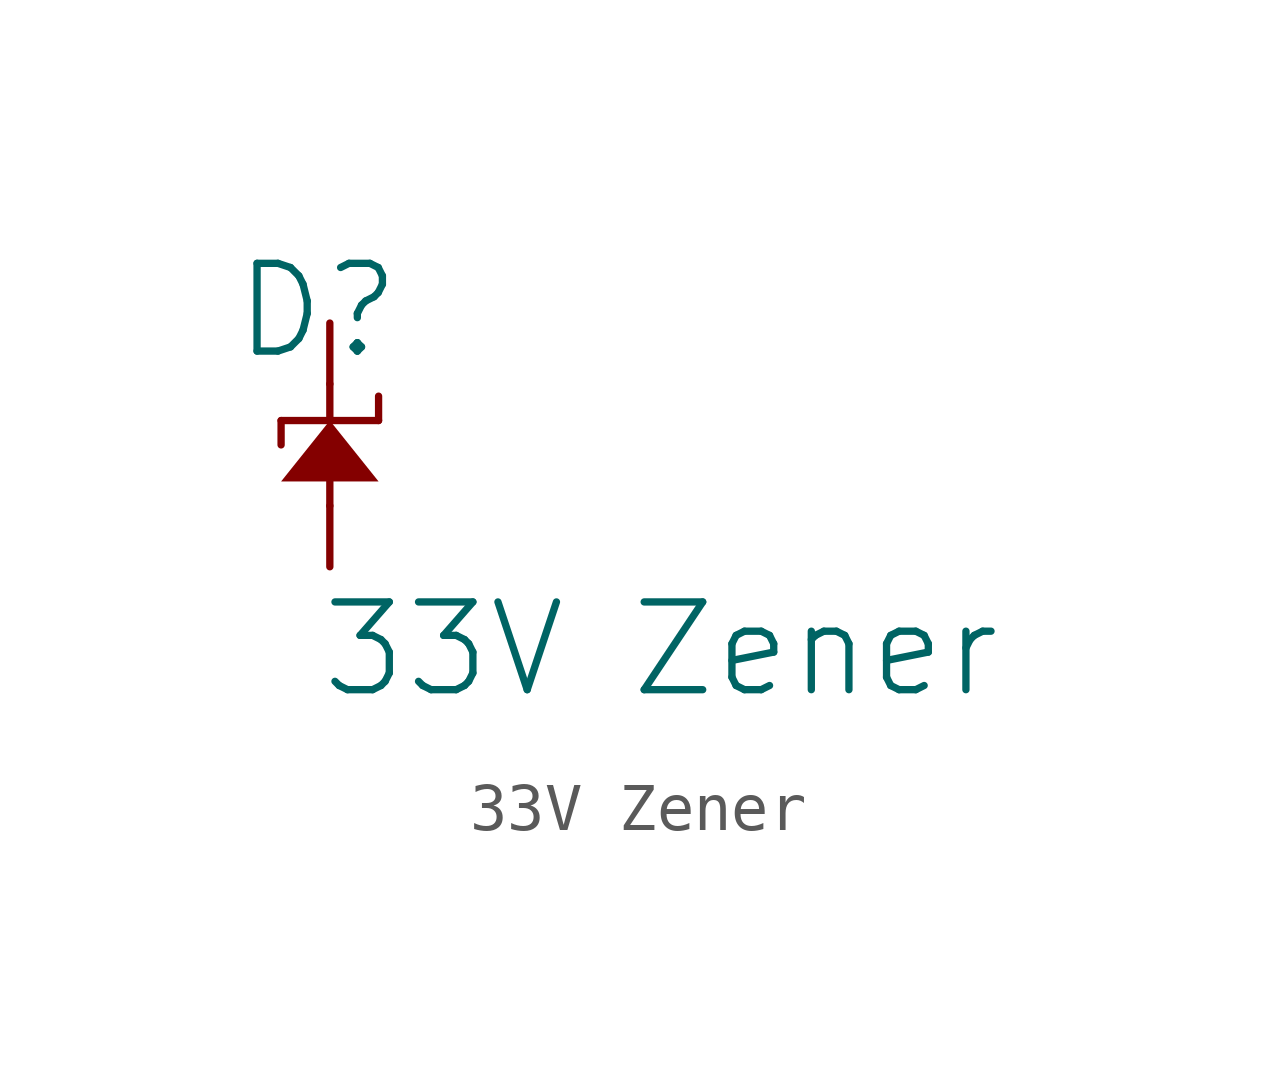
<source format=kicad_sym>
(kicad_symbol_lib
  (version 20241209)
  (generator "kicad_symbol_editor")
  (generator_version "9.0")
  (symbol "33V Zener"
    (pin_numbers
      (hide yes))
    (pin_names
      (hide yes))
    (property "Reference" "D"
      (at -0.254 0.254 0)
      (effects (font (size 1.829 1.829))))
    (property "Value" "33V Zener"
      (at -0.254 -7.874 0)
      (effects (font (size 1.829 1.829)) (justify left bottom)))
    (symbol "33V Zener_1_0"
      (polyline (pts (xy -1.016 -2.032) (xy 1.016 -2.032)) (stroke (width 0) (type solid)) (fill (type none)))
      (polyline (pts (xy -1.016 -2.54) (xy -1.016 -2.032)) (stroke (width 0) (type solid)) (fill (type none)))
      (polyline (pts (xy -1.016 -3.302) (xy 1.016 -3.302) (xy 0 -2.032) (xy -1.016 -3.302) (xy -1.016 -3.302)) (stroke (width -0.0001) (type solid)) (fill (type outline)))
      (polyline (pts (xy 0 -2.032) (xy 0 -1.27)) (stroke (width 0) (type solid)) (fill (type none)))
      (polyline (pts (xy 0 -3.81) (xy 0 -3.302)) (stroke (width 0) (type solid)) (fill (type none)))
      (polyline (pts (xy 1.016 -2.032) (xy 1.016 -1.524)) (stroke (width 0) (type solid)) (fill (type none)))
      (pin passive line (at 0 0 270) (length 1.27) (name "K" (effects (font (size 1.27 1.27)))) (number "K" (effects (font (size 1.27 1.27)))))
      (pin passive line (at 0 -5.08 90) (length 1.27) (name "A" (effects (font (size 1.27 1.27)))) (number "A" (effects (font (size 1.27 1.27))))))))
</source>
